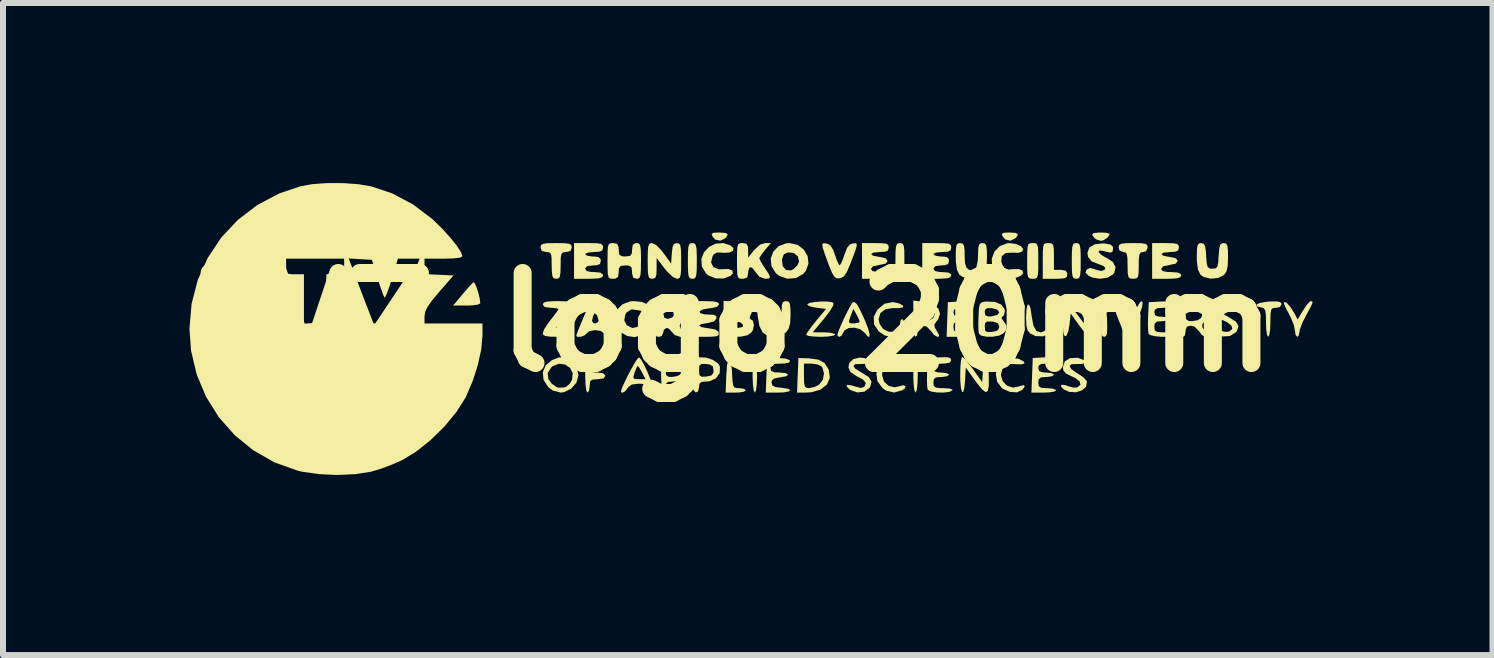
<source format=kicad_pcb>
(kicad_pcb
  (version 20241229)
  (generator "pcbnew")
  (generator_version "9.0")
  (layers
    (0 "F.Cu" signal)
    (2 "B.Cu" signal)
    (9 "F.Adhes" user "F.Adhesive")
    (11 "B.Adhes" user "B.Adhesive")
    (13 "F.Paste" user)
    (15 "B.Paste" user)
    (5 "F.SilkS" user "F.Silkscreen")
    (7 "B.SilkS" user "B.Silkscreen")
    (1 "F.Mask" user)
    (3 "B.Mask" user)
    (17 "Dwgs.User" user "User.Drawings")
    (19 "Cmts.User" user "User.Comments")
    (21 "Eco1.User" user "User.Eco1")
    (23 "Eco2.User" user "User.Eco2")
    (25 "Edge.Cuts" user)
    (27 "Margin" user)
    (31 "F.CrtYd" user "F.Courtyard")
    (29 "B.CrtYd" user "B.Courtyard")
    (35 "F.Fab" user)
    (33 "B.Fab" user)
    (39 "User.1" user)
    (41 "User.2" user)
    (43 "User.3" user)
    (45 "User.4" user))
  (footprint "TVZ logo 20mm"
    (layer "F.Cu")
    (at 9.229 2.32)
    (property "Reference" "TVZ logo 20mm" (at 0 0 0) (layer "F.SilkS") (effects (font (size 1.5 1.5) (thickness 0.3))))
    (attr board_only exclude_from_pos_files exclude_from_bom)
    (fp_poly (pts (xy -0.191 -1.489) (xy -0.153 -1.466) (xy -0.176 -1.42) (xy -0.193 -1.402) (xy -0.277 -1.36) (xy -0.362 -1.379) (xy -0.406 -1.427) (xy -0.422 -1.471) (xy -0.395 -1.491) (xy -0.312 -1.496) (xy -0.296 -1.496)) (stroke (width 0) (type solid)) (fill yes) (layer "F.SilkS"))
    (fp_poly (pts (xy 4.644 -1.489) (xy 4.682 -1.466) (xy 4.658 -1.42) (xy 4.641 -1.402) (xy 4.557 -1.36) (xy 4.473 -1.379) (xy 4.428 -1.427) (xy 4.412 -1.471) (xy 4.439 -1.491) (xy 4.523 -1.496) (xy 4.538 -1.496)) (stroke (width 0) (type solid)) (fill yes) (layer "F.SilkS"))
    (fp_poly (pts (xy 6.155 -1.491) (xy 6.207 -1.477) (xy 6.211 -1.471) (xy 6.18 -1.416) (xy 6.113 -1.37) (xy 6.062 -1.357) (xy 5.984 -1.382) (xy 5.958 -1.402) (xy 5.918 -1.455) (xy 5.937 -1.485) (xy 6.022 -1.495) (xy 6.062 -1.496)) (stroke (width 0) (type solid)) (fill yes) (layer "F.SilkS"))
    (fp_poly (pts (xy -4.367 -0.647) (xy -4.336 -0.575) (xy -4.306 -0.48) (xy -4.284 -0.383) (xy -4.277 -0.318) (xy -4.311 -0.296) (xy -4.405 -0.282) (xy -4.503 -0.279) (xy -4.73 -0.279) (xy -4.574 -0.465) (xy -4.49 -0.563) (xy -4.423 -0.637) (xy -4.389 -0.669)) (stroke (width 0) (type solid)) (fill yes) (layer "F.SilkS"))
    (fp_poly (pts (xy 0.298 0.595) (xy 0.315 0.641) (xy 0.329 0.741) (xy 0.335 0.874) (xy 0.335 0.895) (xy 0.33 1.034) (xy 0.317 1.132) (xy 0.299 1.171) (xy 0.298 1.171) (xy 0.279 1.137) (xy 0.266 1.041) (xy 0.26 0.9) (xy 0.26 0.872) (xy 0.265 0.715) (xy 0.277 0.62) (xy 0.296 0.594)) (stroke (width 0) (type solid)) (fill yes) (layer "F.SilkS"))
    (fp_poly (pts (xy 2.994 0.611) (xy 3.006 0.706) (xy 3.012 0.847) (xy 3.012 0.874) (xy 3.008 1.021) (xy 2.996 1.125) (xy 2.978 1.17) (xy 2.975 1.171) (xy 2.957 1.137) (xy 2.944 1.042) (xy 2.938 0.901) (xy 2.938 0.874) (xy 2.942 0.727) (xy 2.954 0.623) (xy 2.972 0.577) (xy 2.975 0.576)) (stroke (width 0) (type solid)) (fill yes) (layer "F.SilkS"))
    (fp_poly (pts (xy 6.137 -0.3) (xy 6.153 -0.209) (xy 6.164 -0.078) (xy 6.166 -0.046) (xy 6.169 0.101) (xy 6.164 0.189) (xy 6.147 0.231) (xy 6.118 0.242) (xy 6.088 0.231) (xy 6.071 0.189) (xy 6.066 0.101) (xy 6.07 -0.046) (xy 6.079 -0.184) (xy 6.095 -0.285) (xy 6.113 -0.333) (xy 6.118 -0.335)) (stroke (width 0) (type solid)) (fill yes) (layer "F.SilkS"))
    (fp_poly (pts (xy 8.535 -0.319) (xy 8.548 -0.224) (xy 8.553 -0.082) (xy 8.553 -0.056) (xy 8.549 0.092) (xy 8.537 0.195) (xy 8.52 0.241) (xy 8.516 0.242) (xy 8.498 0.207) (xy 8.485 0.112) (xy 8.479 -0.029) (xy 8.479 -0.056) (xy 8.483 -0.203) (xy 8.495 -0.307) (xy 8.513 -0.352) (xy 8.516 -0.353)) (stroke (width 0) (type solid)) (fill yes) (layer "F.SilkS"))
    (fp_poly (pts (xy -0.104 0.647) (xy -0.087 0.762) (xy -0.082 0.846) (xy -0.075 0.979) (xy -0.063 1.054) (xy -0.039 1.088) (xy 0.006 1.097) (xy 0.039 1.097) (xy 0.116 1.108) (xy 0.149 1.134) (xy 0.115 1.156) (xy 0.031 1.17) (xy -0.02 1.171) (xy -0.189 1.171) (xy -0.178 0.883) (xy -0.166 0.722) (xy -0.147 0.628) (xy -0.125 0.603)) (stroke (width 0) (type solid)) (fill yes) (layer "F.SilkS"))
    (fp_poly (pts (xy 2.757 -1.312) (xy 2.779 -1.276) (xy 2.788 -1.195) (xy 2.789 -1.099) (xy 2.789 -0.879) (xy 2.91 -0.867) (xy 3.009 -0.838) (xy 3.043 -0.79) (xy 3.039 -0.753) (xy 3.001 -0.733) (xy 2.912 -0.726) (xy 2.848 -0.725) (xy 2.64 -0.725) (xy 2.64 -1.023) (xy 2.642 -1.171) (xy 2.649 -1.26) (xy 2.666 -1.304) (xy 2.695 -1.319) (xy 2.715 -1.32)) (stroke (width 0) (type solid)) (fill yes) (layer "F.SilkS"))
    (fp_poly (pts (xy -0.707 -1.314) (xy -0.685 -1.285) (xy -0.673 -1.219) (xy -0.67 -1.101) (xy -0.669 -1.023) (xy -0.671 -0.874) (xy -0.678 -0.786) (xy -0.695 -0.741) (xy -0.724 -0.726) (xy -0.744 -0.725) (xy -0.781 -0.731) (xy -0.803 -0.76) (xy -0.814 -0.826) (xy -0.818 -0.944) (xy -0.818 -1.023) (xy -0.817 -1.171) (xy -0.809 -1.26) (xy -0.793 -1.304) (xy -0.763 -1.319) (xy -0.744 -1.32)) (stroke (width 0) (type solid)) (fill yes) (layer "F.SilkS"))
    (fp_poly (pts (xy 4.974 -1.317) (xy 5.001 -1.297) (xy 5.015 -1.246) (xy 5.02 -1.148) (xy 5.02 -1.023) (xy 5.02 -0.875) (xy 5.013 -0.787) (xy 4.997 -0.742) (xy 4.967 -0.727) (xy 4.928 -0.725) (xy 4.881 -0.728) (xy 4.854 -0.748) (xy 4.84 -0.799) (xy 4.835 -0.897) (xy 4.835 -1.023) (xy 4.836 -1.17) (xy 4.842 -1.259) (xy 4.858 -1.303) (xy 4.888 -1.318) (xy 4.928 -1.32)) (stroke (width 0) (type solid)) (fill yes) (layer "F.SilkS"))
    (fp_poly (pts (xy 5.69 -1.314) (xy 5.712 -1.285) (xy 5.723 -1.219) (xy 5.727 -1.101) (xy 5.727 -1.023) (xy 5.726 -0.874) (xy 5.718 -0.786) (xy 5.702 -0.741) (xy 5.672 -0.726) (xy 5.653 -0.725) (xy 5.616 -0.731) (xy 5.593 -0.76) (xy 5.582 -0.826) (xy 5.579 -0.944) (xy 5.578 -1.023) (xy 5.58 -1.171) (xy 5.587 -1.26) (xy 5.604 -1.304) (xy 5.633 -1.319) (xy 5.653 -1.32)) (stroke (width 0) (type solid)) (fill yes) (layer "F.SilkS"))
    (fp_poly (pts (xy 5.239 -1.315) (xy 5.267 -1.29) (xy 5.279 -1.225) (xy 5.281 -1.105) (xy 5.281 -1.097) (xy 5.281 -0.874) (xy 5.392 -0.874) (xy 5.474 -0.862) (xy 5.503 -0.819) (xy 5.504 -0.8) (xy 5.495 -0.757) (xy 5.457 -0.734) (xy 5.371 -0.726) (xy 5.299 -0.725) (xy 5.095 -0.725) (xy 5.095 -1.023) (xy 5.096 -1.17) (xy 5.102 -1.259) (xy 5.118 -1.303) (xy 5.149 -1.318) (xy 5.188 -1.32)) (stroke (width 0) (type solid)) (fill yes) (layer "F.SilkS"))
    (fp_poly (pts (xy -0.107 -1.28) (xy -0.057 -1.233) (xy -0.069 -1.19) (xy -0.13 -1.161) (xy -0.227 -1.158) (xy -0.24 -1.16) (xy -0.334 -1.164) (xy -0.388 -1.131) (xy -0.407 -1.101) (xy -0.432 -0.998) (xy -0.394 -0.92) (xy -0.306 -0.883) (xy -0.243 -0.885) (xy -0.139 -0.888) (xy -0.076 -0.861) (xy -0.068 -0.816) (xy -0.104 -0.776) (xy -0.218 -0.73) (xy -0.353 -0.732) (xy -0.475 -0.779) (xy -0.514 -0.811) (xy -0.585 -0.929) (xy -0.594 -1.05) (xy -0.552 -1.163) (xy -0.469 -1.253) (xy -0.358 -1.31) (xy -0.228 -1.32)) (stroke (width 0) (type solid)) (fill yes) (layer "F.SilkS"))
    (fp_poly (pts (xy 2.704 0.604) (xy 2.783 0.644) (xy 2.819 0.685) (xy 2.813 0.715) (xy 2.752 0.706) (xy 2.747 0.704) (xy 2.601 0.68) (xy 2.492 0.713) (xy 2.429 0.797) (xy 2.417 0.878) (xy 2.448 0.986) (xy 2.526 1.059) (xy 2.63 1.083) (xy 2.696 1.067) (xy 2.773 1.048) (xy 2.81 1.066) (xy 2.794 1.106) (xy 2.755 1.132) (xy 2.618 1.17) (xy 2.487 1.14) (xy 2.427 1.098) (xy 2.339 0.98) (xy 2.323 0.855) (xy 2.35 0.773) (xy 2.437 0.663) (xy 2.557 0.602) (xy 2.686 0.599)) (stroke (width 0) (type solid)) (fill yes) (layer "F.SilkS"))
    (fp_poly (pts (xy 4.675 0.604) (xy 4.698 0.611) (xy 4.779 0.653) (xy 4.791 0.685) (xy 4.737 0.701) (xy 4.634 0.698) (xy 4.527 0.691) (xy 4.467 0.709) (xy 4.428 0.758) (xy 4.426 0.761) (xy 4.397 0.878) (xy 4.427 0.982) (xy 4.501 1.057) (xy 4.604 1.088) (xy 4.704 1.067) (xy 4.778 1.046) (xy 4.795 1.069) (xy 4.753 1.127) (xy 4.665 1.167) (xy 4.549 1.16) (xy 4.433 1.11) (xy 4.412 1.094) (xy 4.334 0.99) (xy 4.313 0.857) (xy 4.35 0.728) (xy 4.431 0.646) (xy 4.55 0.601)) (stroke (width 0) (type solid)) (fill yes) (layer "F.SilkS"))
    (fp_poly (pts (xy 9.053 -0.337) (xy 9.074 -0.307) (xy 9.074 -0.299) (xy 9.042 -0.253) (xy 8.981 -0.242) (xy 8.931 -0.237) (xy 8.903 -0.214) (xy 8.891 -0.153) (xy 8.888 -0.039) (xy 8.888 0) (xy 8.883 0.126) (xy 8.869 0.213) (xy 8.851 0.242) (xy 8.831 0.208) (xy 8.818 0.117) (xy 8.814 0.003) (xy 8.812 -0.128) (xy 8.801 -0.201) (xy 8.776 -0.235) (xy 8.731 -0.248) (xy 8.73 -0.248) (xy 8.661 -0.268) (xy 8.656 -0.294) (xy 8.706 -0.32) (xy 8.804 -0.34) (xy 8.869 -0.346) (xy 8.99 -0.348)) (stroke (width 0) (type solid)) (fill yes) (layer "F.SilkS"))
    (fp_poly (pts (xy 4.654 -1.304) (xy 4.734 -1.267) (xy 4.769 -1.219) (xy 4.754 -1.181) (xy 4.692 -1.158) (xy 4.598 -1.159) (xy 4.596 -1.16) (xy 4.479 -1.155) (xy 4.412 -1.103) (xy 4.404 -1.013) (xy 4.421 -0.961) (xy 4.463 -0.896) (xy 4.523 -0.878) (xy 4.59 -0.885) (xy 4.695 -0.887) (xy 4.758 -0.862) (xy 4.767 -0.817) (xy 4.731 -0.776) (xy 4.617 -0.73) (xy 4.481 -0.732) (xy 4.36 -0.779) (xy 4.32 -0.811) (xy 4.252 -0.93) (xy 4.245 -1.059) (xy 4.29 -1.178) (xy 4.379 -1.27) (xy 4.504 -1.317) (xy 4.545 -1.319)) (stroke (width 0) (type solid)) (fill yes) (layer "F.SilkS"))
    (fp_poly (pts (xy 6.76 -0.328) (xy 6.748 -0.25) (xy 6.701 -0.114) (xy 6.64 0.03) (xy 6.573 0.164) (xy 6.52 0.229) (xy 6.477 0.227) (xy 6.438 0.161) (xy 6.437 0.158) (xy 6.405 0.077) (xy 6.358 -0.042) (xy 6.325 -0.126) (xy 6.285 -0.237) (xy 6.265 -0.318) (xy 6.266 -0.346) (xy 6.302 -0.346) (xy 6.348 -0.28) (xy 6.406 -0.145) (xy 6.416 -0.12) (xy 6.459 -0.015) (xy 6.495 0.057) (xy 6.509 0.075) (xy 6.534 0.052) (xy 6.574 -0.025) (xy 6.617 -0.131) (xy 6.664 -0.246) (xy 6.709 -0.326) (xy 6.737 -0.353)) (stroke (width 0) (type solid)) (fill yes) (layer "F.SilkS"))
    (fp_poly (pts (xy 9.586 -0.348) (xy 9.588 -0.322) (xy 9.563 -0.264) (xy 9.506 -0.158) (xy 9.483 -0.117) (xy 9.423 0.002) (xy 9.382 0.107) (xy 9.372 0.161) (xy 9.357 0.225) (xy 9.334 0.242) (xy 9.307 0.21) (xy 9.297 0.139) (xy 9.278 0.046) (xy 9.231 -0.072) (xy 9.204 -0.125) (xy 9.15 -0.226) (xy 9.117 -0.302) (xy 9.111 -0.324) (xy 9.129 -0.341) (xy 9.174 -0.309) (xy 9.23 -0.243) (xy 9.283 -0.158) (xy 9.285 -0.156) (xy 9.341 -0.046) (xy 9.433 -0.2) (xy 9.493 -0.29) (xy 9.543 -0.345) (xy 9.56 -0.353)) (stroke (width 0) (type solid)) (fill yes) (layer "F.SilkS"))
    (fp_poly (pts (xy -2.355 0.584) (xy -2.238 0.602) (xy -2.174 0.63) (xy -2.167 0.66) (xy -2.222 0.682) (xy -2.303 0.688) (xy -2.401 0.694) (xy -2.445 0.718) (xy -2.454 0.762) (xy -2.44 0.814) (xy -2.383 0.834) (xy -2.324 0.837) (xy -2.228 0.849) (xy -2.194 0.887) (xy -2.194 0.893) (xy -2.222 0.934) (xy -2.312 0.948) (xy -2.324 0.948) (xy -2.412 0.955) (xy -2.448 0.986) (xy -2.454 1.06) (xy -2.465 1.138) (xy -2.491 1.171) (xy -2.492 1.171) (xy -2.51 1.137) (xy -2.523 1.042) (xy -2.529 0.9) (xy -2.529 0.872) (xy -2.529 0.572)) (stroke (width 0) (type solid)) (fill yes) (layer "F.SilkS"))
    (fp_poly (pts (xy 5.273 -0.27) (xy 5.281 -0.14) (xy 5.281 -0.125) (xy 5.275 0.023) (xy 5.256 0.116) (xy 5.219 0.174) (xy 5.213 0.18) (xy 5.103 0.234) (xy 4.976 0.23) (xy 4.889 0.189) (xy 4.845 0.14) (xy 4.823 0.06) (xy 4.816 -0.073) (xy 4.816 -0.08) (xy 4.824 -0.219) (xy 4.843 -0.292) (xy 4.867 -0.295) (xy 4.892 -0.228) (xy 4.909 -0.107) (xy 4.938 0.052) (xy 4.989 0.145) (xy 5.062 0.169) (xy 5.123 0.145) (xy 5.168 0.085) (xy 5.194 -0.029) (xy 5.199 -0.097) (xy 5.214 -0.24) (xy 5.235 -0.318) (xy 5.256 -0.329)) (stroke (width 0) (type solid)) (fill yes) (layer "F.SilkS"))
    (fp_poly (pts (xy 1.5 -0.346) (xy 1.581 -0.336) (xy 1.607 -0.323) (xy 1.602 -0.278) (xy 1.55 -0.189) (xy 1.456 -0.066) (xy 1.452 -0.061) (xy 1.262 0.167) (xy 1.449 0.167) (xy 1.556 0.174) (xy 1.623 0.191) (xy 1.636 0.205) (xy 1.602 0.224) (xy 1.512 0.237) (xy 1.395 0.242) (xy 1.271 0.237) (xy 1.184 0.225) (xy 1.153 0.208) (xy 1.175 0.165) (xy 1.234 0.083) (xy 1.316 -0.021) (xy 1.318 -0.024) (xy 1.484 -0.223) (xy 1.328 -0.242) (xy 1.232 -0.261) (xy 1.177 -0.287) (xy 1.171 -0.298) (xy 1.204 -0.321) (xy 1.287 -0.337) (xy 1.393 -0.346)) (stroke (width 0) (type solid)) (fill yes) (layer "F.SilkS"))
    (fp_poly (pts (xy 2.699 -0.315) (xy 2.767 -0.278) (xy 2.767 -0.25) (xy 2.703 -0.235) (xy 2.604 -0.237) (xy 2.475 -0.219) (xy 2.39 -0.154) (xy 2.36 -0.053) (xy 2.377 0.029) (xy 2.436 0.112) (xy 2.52 0.155) (xy 2.609 0.159) (xy 2.681 0.123) (xy 2.714 0.046) (xy 2.715 0.035) (xy 2.728 -0.034) (xy 2.752 -0.056) (xy 2.778 -0.023) (xy 2.789 0.054) (xy 2.789 0.054) (xy 2.759 0.157) (xy 2.682 0.221) (xy 2.576 0.243) (xy 2.46 0.219) (xy 2.36 0.15) (xy 2.283 0.032) (xy 2.28 -0.095) (xy 2.342 -0.214) (xy 2.459 -0.31) (xy 2.599 -0.337)) (stroke (width 0) (type solid)) (fill yes) (layer "F.SilkS"))
    (fp_poly (pts (xy 3.79 0.605) (xy 3.855 0.679) (xy 3.934 0.783) (xy 3.937 0.787) (xy 4.086 0.998) (xy 4.098 0.797) (xy 4.112 0.67) (xy 4.132 0.612) (xy 4.154 0.621) (xy 4.175 0.691) (xy 4.191 0.82) (xy 4.195 0.892) (xy 4.196 1.054) (xy 4.18 1.144) (xy 4.144 1.164) (xy 4.082 1.117) (xy 3.99 1.002) (xy 3.961 0.962) (xy 3.812 0.754) (xy 3.801 0.963) (xy 3.788 1.096) (xy 3.769 1.161) (xy 3.75 1.159) (xy 3.732 1.096) (xy 3.721 0.976) (xy 3.719 0.874) (xy 3.723 0.736) (xy 3.733 0.632) (xy 3.748 0.579) (xy 3.753 0.576)) (stroke (width 0) (type solid)) (fill yes) (layer "F.SilkS"))
    (fp_poly (pts (xy 6.732 -1.318) (xy 6.805 -1.308) (xy 6.836 -1.284) (xy 6.843 -1.246) (xy 6.816 -1.184) (xy 6.768 -1.171) (xy 6.727 -1.163) (xy 6.704 -1.128) (xy 6.695 -1.047) (xy 6.694 -0.948) (xy 6.692 -0.825) (xy 6.681 -0.758) (xy 6.654 -0.731) (xy 6.604 -0.725) (xy 6.601 -0.725) (xy 6.549 -0.73) (xy 6.522 -0.756) (xy 6.51 -0.82) (xy 6.508 -0.94) (xy 6.508 -0.948) (xy 6.505 -1.073) (xy 6.493 -1.14) (xy 6.467 -1.167) (xy 6.434 -1.171) (xy 6.372 -1.198) (xy 6.359 -1.246) (xy 6.367 -1.286) (xy 6.4 -1.309) (xy 6.476 -1.318) (xy 6.601 -1.32)) (stroke (width 0) (type solid)) (fill yes) (layer "F.SilkS"))
    (fp_poly (pts (xy 1.011 -1.29) (xy 1.114 -1.211) (xy 1.177 -1.102) (xy 1.191 -0.978) (xy 1.148 -0.858) (xy 1.104 -0.806) (xy 0.981 -0.737) (xy 0.839 -0.726) (xy 0.704 -0.773) (xy 0.649 -0.816) (xy 0.575 -0.934) (xy 0.564 -1.043) (xy 0.75 -1.043) (xy 0.762 -0.936) (xy 0.816 -0.872) (xy 0.897 -0.865) (xy 0.946 -0.888) (xy 1.011 -0.956) (xy 1.034 -1.012) (xy 1.015 -1.099) (xy 0.944 -1.155) (xy 0.848 -1.165) (xy 0.78 -1.133) (xy 0.751 -1.051) (xy 0.75 -1.043) (xy 0.564 -1.043) (xy 0.562 -1.061) (xy 0.605 -1.178) (xy 0.695 -1.269) (xy 0.824 -1.317) (xy 0.874 -1.32)) (stroke (width 0) (type solid)) (fill yes) (layer "F.SilkS"))
    (fp_poly (pts (xy 1.201 0.601) (xy 1.356 0.622) (xy 1.457 0.677) (xy 1.523 0.778) (xy 1.53 0.796) (xy 1.547 0.926) (xy 1.499 1.037) (xy 1.395 1.119) (xy 1.243 1.165) (xy 1.15 1.171) (xy 1.001 1.171) (xy 1.011 0.893) (xy 1.116 0.893) (xy 1.118 1.01) (xy 1.132 1.071) (xy 1.163 1.094) (xy 1.2 1.097) (xy 1.296 1.076) (xy 1.368 1.039) (xy 1.431 0.958) (xy 1.45 0.851) (xy 1.423 0.754) (xy 1.406 0.733) (xy 1.339 0.701) (xy 1.241 0.688) (xy 1.238 0.688) (xy 1.116 0.688) (xy 1.116 0.893) (xy 1.011 0.893) (xy 1.012 0.883) (xy 1.023 0.595)) (stroke (width 0) (type solid)) (fill yes) (layer "F.SilkS"))
    (fp_poly (pts (xy -2.875 -1.318) (xy -2.797 -1.309) (xy -2.761 -1.289) (xy -2.752 -1.252) (xy -2.752 -1.246) (xy -2.774 -1.188) (xy -2.845 -1.171) (xy -2.896 -1.167) (xy -2.924 -1.141) (xy -2.936 -1.077) (xy -2.938 -0.956) (xy -2.938 -0.948) (xy -2.941 -0.824) (xy -2.953 -0.756) (xy -2.979 -0.729) (xy -3.012 -0.725) (xy -3.054 -0.733) (xy -3.076 -0.769) (xy -3.085 -0.849) (xy -3.087 -0.948) (xy -3.089 -1.072) (xy -3.099 -1.139) (xy -3.126 -1.166) (xy -3.176 -1.171) (xy -3.18 -1.171) (xy -3.253 -1.189) (xy -3.273 -1.246) (xy -3.266 -1.285) (xy -3.234 -1.307) (xy -3.162 -1.318) (xy -3.033 -1.32) (xy -3.012 -1.32)) (stroke (width 0) (type solid)) (fill yes) (layer "F.SilkS"))
    (fp_poly (pts (xy -1.585 -0.34) (xy -1.511 -0.306) (xy -1.504 -0.254) (xy -1.521 -0.228) (xy -1.59 -0.19) (xy -1.648 -0.201) (xy -1.757 -0.217) (xy -1.836 -0.167) (xy -1.861 -0.127) (xy -1.878 -0.031) (xy -1.835 0.05) (xy -1.749 0.092) (xy -1.728 0.093) (xy -1.656 0.075) (xy -1.636 0.019) (xy -1.61 -0.044) (xy -1.562 -0.056) (xy -1.507 -0.038) (xy -1.488 0.028) (xy -1.488 0.054) (xy -1.518 0.154) (xy -1.597 0.219) (xy -1.706 0.246) (xy -1.826 0.229) (xy -1.938 0.166) (xy -1.954 0.15) (xy -2.03 0.032) (xy -2.042 -0.094) (xy -1.999 -0.21) (xy -1.908 -0.3) (xy -1.778 -0.349) (xy -1.722 -0.353)) (stroke (width 0) (type solid)) (fill yes) (layer "F.SilkS"))
    (fp_poly (pts (xy 5.882 -0.341) (xy 5.9 -0.279) (xy 5.911 -0.158) (xy 5.913 -0.056) (xy 5.909 0.092) (xy 5.897 0.195) (xy 5.879 0.241) (xy 5.876 0.242) (xy 5.836 0.214) (xy 5.77 0.14) (xy 5.699 0.047) (xy 5.56 -0.147) (xy 5.541 0.035) (xy 5.522 0.144) (xy 5.493 0.217) (xy 5.476 0.233) (xy 5.451 0.22) (xy 5.436 0.155) (xy 5.43 0.029) (xy 5.43 -0.032) (xy 5.434 -0.169) (xy 5.446 -0.275) (xy 5.462 -0.331) (xy 5.465 -0.333) (xy 5.503 -0.317) (xy 5.569 -0.253) (xy 5.651 -0.154) (xy 5.66 -0.143) (xy 5.82 0.069) (xy 5.831 -0.142) (xy 5.844 -0.277) (xy 5.862 -0.342)) (stroke (width 0) (type solid)) (fill yes) (layer "F.SilkS"))
    (fp_poly (pts (xy 8.221 -0.334) (xy 8.308 -0.299) (xy 8.325 -0.259) (xy 8.275 -0.23) (xy 8.209 -0.223) (xy 8.109 -0.211) (xy 8.079 -0.177) (xy 8.119 -0.128) (xy 8.197 -0.083) (xy 8.313 -0.01) (xy 8.356 0.064) (xy 8.33 0.144) (xy 8.31 0.169) (xy 8.211 0.229) (xy 8.088 0.236) (xy 7.975 0.189) (xy 7.925 0.137) (xy 7.937 0.11) (xy 8 0.117) (xy 8.044 0.134) (xy 8.135 0.159) (xy 8.198 0.155) (xy 8.252 0.112) (xy 8.239 0.056) (xy 8.165 -0.002) (xy 8.107 -0.029) (xy 8.009 -0.077) (xy 7.966 -0.13) (xy 7.958 -0.182) (xy 7.99 -0.276) (xy 8.074 -0.332) (xy 8.195 -0.339)) (stroke (width 0) (type solid)) (fill yes) (layer "F.SilkS"))
    (fp_poly (pts (xy -2.881 0.59) (xy -2.784 0.649) (xy -2.755 0.673) (xy -2.666 0.776) (xy -2.64 0.879) (xy -2.674 1.003) (xy -2.761 1.105) (xy -2.88 1.164) (xy -2.938 1.171) (xy -3.068 1.137) (xy -3.144 1.08) (xy -3.223 0.959) (xy -3.234 0.844) (xy -3.154 0.844) (xy -3.142 0.946) (xy -3.087 1.023) (xy -2.992 1.088) (xy -2.888 1.087) (xy -2.845 1.073) (xy -2.786 1.023) (xy -2.748 0.957) (xy -2.737 0.847) (xy -2.782 0.759) (xy -2.865 0.703) (xy -2.967 0.691) (xy -3.072 0.732) (xy -3.093 0.75) (xy -3.154 0.844) (xy -3.234 0.844) (xy -3.235 0.831) (xy -3.185 0.714) (xy -3.084 0.631) (xy -2.971 0.585)) (stroke (width 0) (type solid)) (fill yes) (layer "F.SilkS"))
    (fp_poly (pts (xy -1.09 0.586) (xy -0.951 0.625) (xy -0.86 0.695) (xy -0.818 0.78) (xy -0.826 0.867) (xy -0.884 0.938) (xy -0.994 0.98) (xy -1.063 0.986) (xy -1.149 0.993) (xy -1.184 1.025) (xy -1.19 1.078) (xy -1.203 1.148) (xy -1.227 1.171) (xy -1.246 1.137) (xy -1.258 1.041) (xy -1.264 0.899) (xy -1.264 0.869) (xy -1.264 0.8) (xy -1.19 0.8) (xy -1.181 0.879) (xy -1.138 0.908) (xy -1.083 0.911) (xy -0.99 0.894) (xy -0.934 0.86) (xy -0.904 0.784) (xy -0.938 0.723) (xy -1.026 0.69) (xy -1.064 0.688) (xy -1.15 0.695) (xy -1.184 0.728) (xy -1.19 0.8) (xy -1.264 0.8) (xy -1.264 0.567)) (stroke (width 0) (type solid)) (fill yes) (layer "F.SilkS"))
    (fp_poly (pts (xy 0.808 0.604) (xy 0.876 0.63) (xy 0.883 0.642) (xy 0.867 0.672) (xy 0.788 0.687) (xy 0.728 0.688) (xy 0.623 0.693) (xy 0.572 0.712) (xy 0.558 0.755) (xy 0.558 0.762) (xy 0.57 0.811) (xy 0.621 0.833) (xy 0.707 0.837) (xy 0.813 0.847) (xy 0.852 0.871) (xy 0.821 0.899) (xy 0.719 0.918) (xy 0.716 0.918) (xy 0.621 0.935) (xy 0.581 0.97) (xy 0.576 1.004) (xy 0.59 1.053) (xy 0.643 1.079) (xy 0.734 1.09) (xy 0.846 1.106) (xy 0.888 1.129) (xy 0.865 1.151) (xy 0.78 1.168) (xy 0.686 1.171) (xy 0.48 1.171) (xy 0.491 0.883) (xy 0.502 0.595) (xy 0.685 0.595)) (stroke (width 0) (type solid)) (fill yes) (layer "F.SilkS"))
    (fp_poly (pts (xy 1.994 -1.309) (xy 1.995 -1.273) (xy 1.974 -1.2) (xy 1.928 -1.077) (xy 1.885 -0.966) (xy 1.831 -0.839) (xy 1.783 -0.767) (xy 1.73 -0.737) (xy 1.708 -0.733) (xy 1.66 -0.734) (xy 1.621 -0.761) (xy 1.583 -0.826) (xy 1.535 -0.944) (xy 1.515 -0.996) (xy 1.459 -1.15) (xy 1.428 -1.246) (xy 1.421 -1.298) (xy 1.438 -1.317) (xy 1.478 -1.316) (xy 1.495 -1.313) (xy 1.555 -1.284) (xy 1.603 -1.206) (xy 1.632 -1.125) (xy 1.668 -1.024) (xy 1.699 -0.96) (xy 1.711 -0.948) (xy 1.735 -0.981) (xy 1.769 -1.063) (xy 1.79 -1.125) (xy 1.834 -1.24) (xy 1.883 -1.298) (xy 1.93 -1.314) (xy 1.972 -1.318)) (stroke (width 0) (type solid)) (fill yes) (layer "F.SilkS"))
    (fp_poly (pts (xy -0.402 -0.349) (xy -0.326 -0.335) (xy -0.298 -0.308) (xy -0.298 -0.3) (xy -0.331 -0.258) (xy -0.433 -0.236) (xy -0.453 -0.235) (xy -0.566 -0.215) (xy -0.621 -0.184) (xy -0.614 -0.154) (xy -0.543 -0.133) (xy -0.484 -0.13) (xy -0.385 -0.125) (xy -0.344 -0.103) (xy -0.342 -0.065) (xy -0.381 -0.014) (xy -0.482 0.011) (xy -0.493 0.012) (xy -0.596 0.03) (xy -0.628 0.055) (xy -0.59 0.081) (xy -0.485 0.099) (xy -0.474 0.1) (xy -0.364 0.118) (xy -0.312 0.156) (xy -0.304 0.177) (xy -0.307 0.212) (xy -0.341 0.232) (xy -0.422 0.24) (xy -0.537 0.242) (xy -0.781 0.242) (xy -0.781 -0.056) (xy -0.781 -0.353) (xy -0.539 -0.353)) (stroke (width 0) (type solid)) (fill yes) (layer "F.SilkS"))
    (fp_poly (pts (xy 2.124 0.596) (xy 2.205 0.627) (xy 2.22 0.662) (xy 2.176 0.688) (xy 2.08 0.695) (xy 2.066 0.694) (xy 1.97 0.698) (xy 1.94 0.728) (xy 1.975 0.776) (xy 2.075 0.837) (xy 2.08 0.84) (xy 2.197 0.913) (xy 2.242 0.989) (xy 2.22 1.074) (xy 2.209 1.091) (xy 2.123 1.155) (xy 2.008 1.169) (xy 1.893 1.13) (xy 1.876 1.119) (xy 1.825 1.068) (xy 1.837 1.043) (xy 1.903 1.049) (xy 1.964 1.068) (xy 2.06 1.094) (xy 2.118 1.077) (xy 2.123 1.071) (xy 2.147 1.012) (xy 2.099 0.953) (xy 1.987 0.894) (xy 1.891 0.828) (xy 1.856 0.748) (xy 1.875 0.671) (xy 1.94 0.613) (xy 2.044 0.588)) (stroke (width 0) (type solid)) (fill yes) (layer "F.SilkS"))
    (fp_poly (pts (xy 4.131 -1.312) (xy 4.154 -1.278) (xy 4.163 -1.201) (xy 4.165 -1.084) (xy 4.159 -0.938) (xy 4.139 -0.846) (xy 4.099 -0.788) (xy 4.097 -0.787) (xy 3.998 -0.738) (xy 3.875 -0.727) (xy 3.76 -0.755) (xy 3.706 -0.793) (xy 3.665 -0.874) (xy 3.647 -1.007) (xy 3.645 -1.091) (xy 3.647 -1.217) (xy 3.658 -1.287) (xy 3.684 -1.315) (xy 3.719 -1.32) (xy 3.762 -1.311) (xy 3.784 -1.273) (xy 3.793 -1.187) (xy 3.793 -1.117) (xy 3.799 -0.989) (xy 3.821 -0.915) (xy 3.862 -0.877) (xy 3.938 -0.862) (xy 3.988 -0.914) (xy 4.013 -1.034) (xy 4.016 -1.123) (xy 4.02 -1.239) (xy 4.035 -1.298) (xy 4.068 -1.319) (xy 4.091 -1.32)) (stroke (width 0) (type solid)) (fill yes) (layer "F.SilkS"))
    (fp_poly (pts (xy 5.692 0.596) (xy 5.781 0.63) (xy 5.801 0.668) (xy 5.757 0.694) (xy 5.671 0.695) (xy 5.574 0.697) (xy 5.542 0.729) (xy 5.572 0.781) (xy 5.666 0.848) (xy 5.68 0.855) (xy 5.77 0.915) (xy 5.825 0.975) (xy 5.831 0.99) (xy 5.816 1.074) (xy 5.748 1.134) (xy 5.649 1.166) (xy 5.539 1.16) (xy 5.446 1.119) (xy 5.396 1.067) (xy 5.408 1.04) (xy 5.471 1.046) (xy 5.515 1.063) (xy 5.606 1.088) (xy 5.669 1.085) (xy 5.723 1.041) (xy 5.71 0.986) (xy 5.636 0.928) (xy 5.578 0.901) (xy 5.48 0.853) (xy 5.437 0.8) (xy 5.43 0.748) (xy 5.461 0.653) (xy 5.545 0.598) (xy 5.666 0.591)) (stroke (width 0) (type solid)) (fill yes) (layer "F.SilkS"))
    (fp_poly (pts (xy 0.86 -0.345) (xy 0.882 -0.309) (xy 0.891 -0.229) (xy 0.893 -0.13) (xy 0.886 0.013) (xy 0.862 0.105) (xy 0.818 0.167) (xy 0.712 0.228) (xy 0.585 0.239) (xy 0.469 0.201) (xy 0.426 0.166) (xy 0.373 0.061) (xy 0.344 -0.11) (xy 0.342 -0.132) (xy 0.334 -0.254) (xy 0.339 -0.321) (xy 0.363 -0.348) (xy 0.411 -0.353) (xy 0.421 -0.353) (xy 0.476 -0.348) (xy 0.506 -0.32) (xy 0.52 -0.252) (xy 0.528 -0.14) (xy 0.539 -0.014) (xy 0.56 0.054) (xy 0.596 0.084) (xy 0.609 0.087) (xy 0.68 0.078) (xy 0.723 0.013) (xy 0.742 -0.115) (xy 0.743 -0.177) (xy 0.748 -0.285) (xy 0.766 -0.337) (xy 0.807 -0.353) (xy 0.818 -0.353)) (stroke (width 0) (type solid)) (fill yes) (layer "F.SilkS"))
    (fp_poly (pts (xy 2.43 -1.317) (xy 2.498 -1.306) (xy 2.525 -1.279) (xy 2.529 -1.246) (xy 2.516 -1.197) (xy 2.466 -1.176) (xy 2.38 -1.171) (xy 2.273 -1.161) (xy 2.235 -1.137) (xy 2.266 -1.11) (xy 2.368 -1.09) (xy 2.371 -1.09) (xy 2.475 -1.068) (xy 2.51 -1.024) (xy 2.51 -1.023) (xy 2.477 -0.978) (xy 2.374 -0.956) (xy 2.371 -0.955) (xy 2.267 -0.933) (xy 2.231 -0.891) (xy 2.231 -0.89) (xy 2.256 -0.854) (xy 2.337 -0.838) (xy 2.399 -0.837) (xy 2.509 -0.829) (xy 2.559 -0.805) (xy 2.566 -0.781) (xy 2.55 -0.75) (xy 2.492 -0.732) (xy 2.379 -0.726) (xy 2.324 -0.725) (xy 2.083 -0.725) (xy 2.083 -1.023) (xy 2.083 -1.32) (xy 2.306 -1.32)) (stroke (width 0) (type solid)) (fill yes) (layer "F.SilkS"))
    (fp_poly (pts (xy 7.265 -1.317) (xy 7.332 -1.306) (xy 7.359 -1.279) (xy 7.363 -1.246) (xy 7.351 -1.197) (xy 7.301 -1.176) (xy 7.215 -1.171) (xy 7.108 -1.161) (xy 7.07 -1.137) (xy 7.101 -1.11) (xy 7.202 -1.09) (xy 7.205 -1.09) (xy 7.31 -1.068) (xy 7.345 -1.024) (xy 7.345 -1.023) (xy 7.311 -0.978) (xy 7.208 -0.956) (xy 7.205 -0.955) (xy 7.102 -0.933) (xy 7.066 -0.891) (xy 7.066 -0.89) (xy 7.091 -0.854) (xy 7.172 -0.838) (xy 7.233 -0.837) (xy 7.344 -0.829) (xy 7.394 -0.805) (xy 7.401 -0.781) (xy 7.384 -0.75) (xy 7.327 -0.732) (xy 7.214 -0.726) (xy 7.159 -0.725) (xy 6.917 -0.725) (xy 6.917 -1.023) (xy 6.917 -1.32) (xy 7.14 -1.32)) (stroke (width 0) (type solid)) (fill yes) (layer "F.SilkS"))
    (fp_poly (pts (xy 8.149 -1.312) (xy 8.171 -1.276) (xy 8.18 -1.197) (xy 8.182 -1.084) (xy 8.176 -0.938) (xy 8.155 -0.846) (xy 8.115 -0.788) (xy 8.114 -0.787) (xy 8.015 -0.738) (xy 7.891 -0.727) (xy 7.776 -0.755) (xy 7.722 -0.793) (xy 7.682 -0.874) (xy 7.663 -1.007) (xy 7.661 -1.091) (xy 7.664 -1.218) (xy 7.675 -1.287) (xy 7.701 -1.316) (xy 7.733 -1.32) (xy 7.775 -1.31) (xy 7.8 -1.268) (xy 7.813 -1.177) (xy 7.817 -1.106) (xy 7.826 -0.986) (xy 7.842 -0.922) (xy 7.873 -0.897) (xy 7.921 -0.893) (xy 7.974 -0.898) (xy 8.003 -0.927) (xy 8.018 -0.997) (xy 8.025 -1.106) (xy 8.035 -1.229) (xy 8.053 -1.293) (xy 8.085 -1.318) (xy 8.109 -1.32)) (stroke (width 0) (type solid)) (fill yes) (layer "F.SilkS"))
    (fp_poly (pts (xy -2.824 -0.348) (xy -2.736 -0.331) (xy -2.715 -0.312) (xy -2.737 -0.264) (xy -2.796 -0.179) (xy -2.867 -0.089) (xy -3.019 0.093) (xy -2.867 0.093) (xy -2.768 0.099) (xy -2.724 0.123) (xy -2.715 0.167) (xy -2.722 0.206) (xy -2.753 0.229) (xy -2.826 0.239) (xy -2.954 0.242) (xy -2.975 0.242) (xy -3.114 0.239) (xy -3.194 0.228) (xy -3.229 0.206) (xy -3.235 0.18) (xy -3.213 0.119) (xy -3.155 0.026) (xy -3.105 -0.04) (xy -3.034 -0.131) (xy -2.986 -0.198) (xy -2.975 -0.22) (xy -3.008 -0.234) (xy -3.088 -0.242) (xy -3.105 -0.242) (xy -3.202 -0.254) (xy -3.235 -0.292) (xy -3.235 -0.298) (xy -3.22 -0.328) (xy -3.165 -0.345) (xy -3.057 -0.352) (xy -2.975 -0.353)) (stroke (width 0) (type solid)) (fill yes) (layer "F.SilkS"))
    (fp_poly (pts (xy -2.342 -1.318) (xy -2.269 -1.308) (xy -2.238 -1.284) (xy -2.231 -1.246) (xy -2.244 -1.197) (xy -2.294 -1.176) (xy -2.38 -1.171) (xy -2.473 -1.163) (xy -2.525 -1.143) (xy -2.529 -1.134) (xy -2.496 -1.11) (xy -2.416 -1.097) (xy -2.399 -1.097) (xy -2.309 -1.089) (xy -2.273 -1.056) (xy -2.269 -1.023) (xy -2.283 -0.971) (xy -2.34 -0.951) (xy -2.399 -0.948) (xy -2.495 -0.936) (xy -2.529 -0.898) (xy -2.529 -0.893) (xy -2.504 -0.854) (xy -2.423 -0.838) (xy -2.38 -0.837) (xy -2.277 -0.828) (xy -2.234 -0.797) (xy -2.231 -0.781) (xy -2.247 -0.75) (xy -2.305 -0.732) (xy -2.418 -0.726) (xy -2.473 -0.725) (xy -2.715 -0.725) (xy -2.715 -1.023) (xy -2.715 -1.32) (xy -2.473 -1.32)) (stroke (width 0) (type solid)) (fill yes) (layer "F.SilkS"))
    (fp_poly (pts (xy 3.459 -1.318) (xy 3.532 -1.308) (xy 3.564 -1.284) (xy 3.57 -1.246) (xy 3.558 -1.197) (xy 3.507 -1.176) (xy 3.421 -1.171) (xy 3.328 -1.163) (xy 3.276 -1.143) (xy 3.273 -1.134) (xy 3.305 -1.11) (xy 3.386 -1.097) (xy 3.403 -1.097) (xy 3.492 -1.089) (xy 3.529 -1.056) (xy 3.533 -1.023) (xy 3.518 -0.971) (xy 3.462 -0.951) (xy 3.403 -0.948) (xy 3.307 -0.936) (xy 3.273 -0.898) (xy 3.273 -0.893) (xy 3.297 -0.854) (xy 3.379 -0.838) (xy 3.421 -0.837) (xy 3.525 -0.828) (xy 3.567 -0.797) (xy 3.57 -0.781) (xy 3.554 -0.75) (xy 3.496 -0.732) (xy 3.383 -0.726) (xy 3.328 -0.725) (xy 3.087 -0.725) (xy 3.087 -1.023) (xy 3.087 -1.32) (xy 3.328 -1.32)) (stroke (width 0) (type solid)) (fill yes) (layer "F.SilkS"))
    (fp_poly (pts (xy 3.887 -0.336) (xy 3.905 -0.304) (xy 3.905 -0.299) (xy 3.882 -0.26) (xy 3.806 -0.243) (xy 3.756 -0.242) (xy 3.659 -0.235) (xy 3.616 -0.21) (xy 3.607 -0.167) (xy 3.622 -0.116) (xy 3.679 -0.095) (xy 3.737 -0.093) (xy 3.824 -0.084) (xy 3.867 -0.061) (xy 3.868 -0.056) (xy 3.835 -0.031) (xy 3.755 -0.019) (xy 3.737 -0.019) (xy 3.649 -0.012) (xy 3.613 0.02) (xy 3.607 0.074) (xy 3.615 0.134) (xy 3.654 0.161) (xy 3.743 0.167) (xy 3.756 0.167) (xy 3.849 0.176) (xy 3.901 0.196) (xy 3.905 0.205) (xy 3.871 0.225) (xy 3.784 0.238) (xy 3.699 0.242) (xy 3.493 0.242) (xy 3.503 -0.046) (xy 3.514 -0.335) (xy 3.71 -0.346) (xy 3.827 -0.348)) (stroke (width 0) (type solid)) (fill yes) (layer "F.SilkS"))
    (fp_poly (pts (xy 5.3 0.594) (xy 5.318 0.626) (xy 5.318 0.63) (xy 5.296 0.67) (xy 5.22 0.687) (xy 5.169 0.688) (xy 5.072 0.694) (xy 5.029 0.719) (xy 5.02 0.762) (xy 5.035 0.814) (xy 5.092 0.834) (xy 5.151 0.837) (xy 5.237 0.846) (xy 5.28 0.869) (xy 5.281 0.874) (xy 5.248 0.899) (xy 5.168 0.911) (xy 5.151 0.911) (xy 5.063 0.918) (xy 5.027 0.949) (xy 5.02 1.004) (xy 5.029 1.064) (xy 5.067 1.091) (xy 5.156 1.097) (xy 5.169 1.097) (xy 5.262 1.105) (xy 5.314 1.126) (xy 5.318 1.134) (xy 5.284 1.155) (xy 5.198 1.168) (xy 5.112 1.171) (xy 4.906 1.171) (xy 4.917 0.883) (xy 4.928 0.595) (xy 5.123 0.584) (xy 5.24 0.581)) (stroke (width 0) (type solid)) (fill yes) (layer "F.SilkS"))
    (fp_poly (pts (xy -0.52 0.587) (xy -0.403 0.625) (xy -0.315 0.685) (xy -0.284 0.735) (xy -0.288 0.847) (xy -0.351 0.935) (xy -0.458 0.982) (xy -0.503 0.986) (xy -0.591 0.993) (xy -0.626 1.024) (xy -0.632 1.078) (xy -0.649 1.151) (xy -0.687 1.17) (xy -0.726 1.127) (xy -0.728 1.121) (xy -0.737 1.059) (xy -0.739 0.949) (xy -0.736 0.833) (xy -0.734 0.8) (xy -0.632 0.8) (xy -0.626 0.879) (xy -0.59 0.907) (xy -0.511 0.904) (xy -0.427 0.886) (xy -0.394 0.843) (xy -0.39 0.8) (xy -0.403 0.733) (xy -0.456 0.703) (xy -0.511 0.695) (xy -0.594 0.693) (xy -0.627 0.724) (xy -0.632 0.8) (xy -0.734 0.8) (xy -0.728 0.703) (xy -0.713 0.629) (xy -0.684 0.595) (xy -0.641 0.583)) (stroke (width 0) (type solid)) (fill yes) (layer "F.SilkS"))
    (fp_poly (pts (xy -0.966 -1.313) (xy -0.944 -1.283) (xy -0.934 -1.215) (xy -0.93 -1.094) (xy -0.93 -1.023) (xy -0.931 -0.874) (xy -0.939 -0.785) (xy -0.955 -0.741) (xy -0.985 -0.726) (xy -1.002 -0.725) (xy -1.068 -0.755) (xy -1.154 -0.835) (xy -1.207 -0.898) (xy -1.339 -1.071) (xy -1.339 -0.898) (xy -1.343 -0.791) (xy -1.362 -0.74) (xy -1.404 -0.725) (xy -1.413 -0.725) (xy -1.45 -0.731) (xy -1.472 -0.76) (xy -1.484 -0.826) (xy -1.487 -0.944) (xy -1.488 -1.023) (xy -1.486 -1.171) (xy -1.479 -1.26) (xy -1.462 -1.305) (xy -1.432 -1.319) (xy -1.415 -1.32) (xy -1.349 -1.289) (xy -1.265 -1.206) (xy -1.22 -1.148) (xy -1.097 -0.976) (xy -1.086 -1.148) (xy -1.073 -1.256) (xy -1.048 -1.307) (xy -1.002 -1.32) (xy -1.002 -1.32)) (stroke (width 0) (type solid)) (fill yes) (layer "F.SilkS"))
    (fp_poly (pts (xy 0.468 -1.206) (xy 0.407 -1.128) (xy 0.374 -1.073) (xy 0.372 -1.066) (xy 0.391 -1.022) (xy 0.439 -0.941) (xy 0.465 -0.903) (xy 0.53 -0.804) (xy 0.551 -0.751) (xy 0.53 -0.729) (xy 0.467 -0.725) (xy 0.372 -0.76) (xy 0.311 -0.835) (xy 0.252 -0.911) (xy 0.209 -0.916) (xy 0.187 -0.852) (xy 0.186 -0.816) (xy 0.17 -0.747) (xy 0.108 -0.725) (xy 0.093 -0.725) (xy 0.047 -0.728) (xy 0.019 -0.748) (xy 0.005 -0.799) (xy 0.001 -0.897) (xy -0.000001 -1.023) (xy 0.001 -1.17) (xy 0.007 -1.259) (xy 0.023 -1.303) (xy 0.054 -1.318) (xy 0.093 -1.32) (xy 0.158 -1.309) (xy 0.183 -1.262) (xy 0.186 -1.199) (xy 0.187 -1.078) (xy 0.282 -1.199) (xy 0.385 -1.295) (xy 0.471 -1.32) (xy 0.564 -1.32)) (stroke (width 0) (type solid)) (fill yes) (layer "F.SilkS"))
    (fp_poly (pts (xy 6.128 -1.313) (xy 6.223 -1.296) (xy 6.262 -1.26) (xy 6.266 -1.227) (xy 6.258 -1.176) (xy 6.222 -1.161) (xy 6.139 -1.179) (xy 6.108 -1.188) (xy 6.04 -1.197) (xy 6.025 -1.174) (xy 6.058 -1.132) (xy 6.133 -1.085) (xy 6.152 -1.077) (xy 6.262 -1.007) (xy 6.308 -0.919) (xy 6.287 -0.827) (xy 6.264 -0.797) (xy 6.172 -0.743) (xy 6.047 -0.726) (xy 5.922 -0.745) (xy 5.855 -0.778) (xy 5.808 -0.828) (xy 5.823 -0.872) (xy 5.828 -0.878) (xy 5.88 -0.905) (xy 5.957 -0.886) (xy 5.971 -0.88) (xy 6.066 -0.854) (xy 6.125 -0.875) (xy 6.136 -0.909) (xy 6.104 -0.94) (xy 6.034 -0.966) (xy 5.91 -1.015) (xy 5.85 -1.088) (xy 5.839 -1.156) (xy 5.871 -1.246) (xy 5.962 -1.3) (xy 6.104 -1.315)) (stroke (width 0) (type solid)) (fill yes) (layer "F.SilkS"))
    (fp_poly (pts (xy -0.013 -0.346) (xy 0.147 -0.323) (xy 0.238 -0.274) (xy 0.26 -0.2) (xy 0.232 -0.13) (xy 0.209 -0.074) (xy 0.22 -0.056) (xy 0.266 -0.026) (xy 0.282 0.044) (xy 0.267 0.126) (xy 0.239 0.17) (xy 0.172 0.217) (xy 0.068 0.238) (xy -0.024 0.242) (xy -0.223 0.242) (xy -0.223 0.035) (xy -0.074 0.035) (xy -0.042 0.082) (xy 0.022 0.093) (xy 0.092 0.078) (xy 0.102 0.046) (xy 0.061 0.003) (xy -0.003 -0.013) (xy -0.059 0.002) (xy -0.074 0.035) (xy -0.223 0.035) (xy -0.223 -0.058) (xy -0.223 -0.189) (xy -0.074 -0.189) (xy -0.042 -0.141) (xy 0.022 -0.13) (xy 0.092 -0.145) (xy 0.102 -0.177) (xy 0.061 -0.221) (xy -0.003 -0.236) (xy -0.059 -0.221) (xy -0.074 -0.189) (xy -0.223 -0.189) (xy -0.223 -0.357)) (stroke (width 0) (type solid)) (fill yes) (layer "F.SilkS"))
    (fp_poly (pts (xy 1.997 -0.303) (xy 2.044 -0.222) (xy 2.108 -0.085) (xy 2.135 -0.025) (xy 2.185 0.104) (xy 2.209 0.196) (xy 2.206 0.243) (xy 2.177 0.236) (xy 2.13 0.177) (xy 2.057 0.117) (xy 1.959 0.089) (xy 1.862 0.095) (xy 1.791 0.135) (xy 1.774 0.167) (xy 1.743 0.222) (xy 1.701 0.244) (xy 1.675 0.221) (xy 1.673 0.21) (xy 1.689 0.155) (xy 1.728 0.058) (xy 1.768 -0.03) (xy 1.868 -0.03) (xy 1.87 0.009) (xy 1.914 0.018) (xy 1.952 0.019) (xy 2.022 0.009) (xy 2.044 -0.009) (xy 2.027 -0.059) (xy 1.991 -0.13) (xy 1.939 -0.223) (xy 1.899 -0.118) (xy 1.868 -0.03) (xy 1.768 -0.03) (xy 1.781 -0.06) (xy 1.839 -0.178) (xy 1.89 -0.274) (xy 1.924 -0.328) (xy 1.929 -0.332) (xy 1.961 -0.336)) (stroke (width 0) (type solid)) (fill yes) (layer "F.SilkS"))
    (fp_poly (pts (xy -1.046 -0.341) (xy -0.948 -0.3) (xy -0.9 -0.224) (xy -0.893 -0.155) (xy -0.905 -0.057) (xy -0.935 0.009) (xy -0.935 0.009) (xy -0.956 0.059) (xy -0.924 0.134) (xy -0.916 0.147) (xy -0.876 0.213) (xy -0.885 0.238) (xy -0.946 0.242) (xy -1.038 0.212) (xy -1.078 0.167) (xy -1.132 0.108) (xy -1.173 0.093) (xy -1.217 0.124) (xy -1.227 0.167) (xy -1.254 0.23) (xy -1.302 0.242) (xy -1.339 0.236) (xy -1.361 0.207) (xy -1.372 0.141) (xy -1.376 0.023) (xy -1.376 -0.056) (xy -1.376 -0.149) (xy -1.227 -0.149) (xy -1.21 -0.076) (xy -1.152 -0.056) (xy -1.079 -0.082) (xy -1.053 -0.115) (xy -1.061 -0.181) (xy -1.121 -0.229) (xy -1.181 -0.241) (xy -1.216 -0.21) (xy -1.227 -0.149) (xy -1.376 -0.149) (xy -1.376 -0.353) (xy -1.206 -0.353)) (stroke (width 0) (type solid)) (fill yes) (layer "F.SilkS"))
    (fp_poly (pts (xy 3.552 0.594) (xy 3.57 0.626) (xy 3.57 0.63) (xy 3.548 0.67) (xy 3.472 0.687) (xy 3.421 0.688) (xy 3.324 0.694) (xy 3.281 0.719) (xy 3.273 0.762) (xy 3.287 0.814) (xy 3.344 0.834) (xy 3.403 0.837) (xy 3.489 0.846) (xy 3.532 0.869) (xy 3.533 0.874) (xy 3.5 0.899) (xy 3.42 0.911) (xy 3.403 0.911) (xy 3.315 0.918) (xy 3.279 0.949) (xy 3.273 1.004) (xy 3.279 1.061) (xy 3.313 1.088) (xy 3.393 1.097) (xy 3.442 1.097) (xy 3.546 1.104) (xy 3.59 1.124) (xy 3.589 1.134) (xy 3.537 1.16) (xy 3.443 1.171) (xy 3.334 1.169) (xy 3.237 1.154) (xy 3.18 1.127) (xy 3.177 1.121) (xy 3.168 1.059) (xy 3.165 0.949) (xy 3.168 0.833) (xy 3.18 0.595) (xy 3.375 0.584) (xy 3.492 0.581)) (stroke (width 0) (type solid)) (fill yes) (layer "F.SilkS"))
    (fp_poly (pts (xy 7.234 -0.336) (xy 7.252 -0.304) (xy 7.252 -0.299) (xy 7.229 -0.26) (xy 7.153 -0.243) (xy 7.103 -0.242) (xy 7.006 -0.235) (xy 6.963 -0.21) (xy 6.954 -0.167) (xy 6.969 -0.116) (xy 7.026 -0.095) (xy 7.084 -0.093) (xy 7.171 -0.084) (xy 7.214 -0.061) (xy 7.215 -0.056) (xy 7.182 -0.031) (xy 7.102 -0.019) (xy 7.084 -0.019) (xy 6.996 -0.012) (xy 6.96 0.02) (xy 6.954 0.074) (xy 6.961 0.132) (xy 6.995 0.159) (xy 7.077 0.167) (xy 7.122 0.167) (xy 7.221 0.175) (xy 7.281 0.193) (xy 7.289 0.205) (xy 7.256 0.229) (xy 7.175 0.241) (xy 7.07 0.242) (xy 6.966 0.232) (xy 6.887 0.213) (xy 6.858 0.191) (xy 6.85 0.13) (xy 6.847 0.019) (xy 6.85 -0.097) (xy 6.861 -0.335) (xy 7.057 -0.346) (xy 7.174 -0.348)) (stroke (width 0) (type solid)) (fill yes) (layer "F.SilkS"))
    (fp_poly (pts (xy -2.353 -0.346) (xy -2.299 -0.326) (xy -2.25 -0.272) (xy -2.196 -0.17) (xy -2.154 -0.075) (xy -2.102 0.053) (xy -2.063 0.154) (xy -2.046 0.209) (xy -2.045 0.213) (xy -2.073 0.24) (xy -2.134 0.239) (xy -2.194 0.214) (xy -2.218 0.186) (xy -2.271 0.144) (xy -2.361 0.13) (xy -2.46 0.147) (xy -2.505 0.186) (xy -2.544 0.221) (xy -2.608 0.242) (xy -2.662 0.241) (xy -2.678 0.222) (xy -2.664 0.181) (xy -2.628 0.089) (xy -2.582 -0.024) (xy -2.416 -0.024) (xy -2.391 0.014) (xy -2.361 0.019) (xy -2.312 -0.006) (xy -2.306 -0.028) (xy -2.326 -0.1) (xy -2.338 -0.124) (xy -2.369 -0.151) (xy -2.394 -0.112) (xy -2.416 -0.024) (xy -2.582 -0.024) (xy -2.577 -0.036) (xy -2.56 -0.077) (xy -2.499 -0.217) (xy -2.454 -0.299) (xy -2.414 -0.339) (xy -2.37 -0.347)) (stroke (width 0) (type solid)) (fill yes) (layer "F.SilkS"))
    (fp_poly (pts (xy -1.597 0.622) (xy -1.549 0.705) (xy -1.496 0.817) (xy -1.447 0.937) (xy -1.408 1.048) (xy -1.387 1.132) (xy -1.391 1.171) (xy -1.395 1.171) (xy -1.446 1.141) (xy -1.469 1.097) (xy -1.504 1.046) (xy -1.58 1.025) (xy -1.638 1.023) (xy -1.75 1.036) (xy -1.813 1.081) (xy -1.822 1.097) (xy -1.865 1.15) (xy -1.911 1.175) (xy -1.934 1.16) (xy -1.934 1.157) (xy -1.918 1.102) (xy -1.877 1.007) (xy -1.831 0.914) (xy -1.727 0.914) (xy -1.708 0.943) (xy -1.633 0.948) (xy -1.523 0.948) (xy -1.581 0.837) (xy -1.623 0.762) (xy -1.651 0.726) (xy -1.652 0.725) (xy -1.673 0.756) (xy -1.703 0.831) (xy -1.705 0.837) (xy -1.727 0.914) (xy -1.831 0.914) (xy -1.821 0.891) (xy -1.758 0.773) (xy -1.7 0.67) (xy -1.654 0.602) (xy -1.633 0.584)) (stroke (width 0) (type solid)) (fill yes) (layer "F.SilkS"))
    (fp_poly (pts (xy 3.115 -0.34) (xy 3.262 -0.299) (xy 3.354 -0.23) (xy 3.384 -0.142) (xy 3.348 -0.043) (xy 3.325 -0.015) (xy 3.289 0.037) (xy 3.296 0.088) (xy 3.33 0.146) (xy 3.368 0.213) (xy 3.361 0.239) (xy 3.339 0.242) (xy 3.284 0.212) (xy 3.235 0.149) (xy 3.162 0.072) (xy 3.099 0.056) (xy 3.033 0.073) (xy 3.012 0.137) (xy 3.012 0.149) (xy 3 0.219) (xy 2.975 0.242) (xy 2.957 0.207) (xy 2.944 0.112) (xy 2.938 -0.03) (xy 2.938 -0.061) (xy 2.938 -0.13) (xy 3.012 -0.13) (xy 3.022 -0.051) (xy 3.065 -0.022) (xy 3.119 -0.019) (xy 3.212 -0.035) (xy 3.269 -0.07) (xy 3.299 -0.146) (xy 3.264 -0.207) (xy 3.176 -0.239) (xy 3.138 -0.242) (xy 3.053 -0.235) (xy 3.018 -0.201) (xy 3.012 -0.13) (xy 2.938 -0.13) (xy 2.938 -0.363)) (stroke (width 0) (type solid)) (fill yes) (layer "F.SilkS"))
    (fp_poly (pts (xy 7.577 -0.34) (xy 7.725 -0.299) (xy 7.817 -0.23) (xy 7.847 -0.142) (xy 7.81 -0.043) (xy 7.788 -0.015) (xy 7.751 0.037) (xy 7.758 0.088) (xy 7.792 0.146) (xy 7.831 0.213) (xy 7.824 0.239) (xy 7.802 0.242) (xy 7.746 0.212) (xy 7.698 0.149) (xy 7.625 0.072) (xy 7.562 0.056) (xy 7.495 0.073) (xy 7.475 0.137) (xy 7.475 0.149) (xy 7.462 0.219) (xy 7.438 0.242) (xy 7.419 0.207) (xy 7.407 0.112) (xy 7.401 -0.03) (xy 7.401 -0.061) (xy 7.401 -0.13) (xy 7.475 -0.13) (xy 7.484 -0.051) (xy 7.527 -0.022) (xy 7.582 -0.019) (xy 7.675 -0.035) (xy 7.731 -0.07) (xy 7.761 -0.146) (xy 7.727 -0.207) (xy 7.639 -0.239) (xy 7.601 -0.242) (xy 7.515 -0.235) (xy 7.481 -0.201) (xy 7.475 -0.13) (xy 7.401 -0.13) (xy 7.401 -0.363)) (stroke (width 0) (type solid)) (fill yes) (layer "F.SilkS"))
    (fp_poly (pts (xy -1.636 -1.314) (xy -1.614 -1.285) (xy -1.603 -1.219) (xy -1.599 -1.101) (xy -1.599 -1.023) (xy -1.601 -0.874) (xy -1.608 -0.786) (xy -1.624 -0.741) (xy -1.654 -0.726) (xy -1.673 -0.725) (xy -1.728 -0.743) (xy -1.747 -0.808) (xy -1.748 -0.837) (xy -1.757 -0.916) (xy -1.801 -0.945) (xy -1.859 -0.948) (xy -1.938 -0.939) (xy -1.968 -0.896) (xy -1.971 -0.837) (xy -1.981 -0.757) (xy -2.024 -0.728) (xy -2.064 -0.725) (xy -2.11 -0.728) (xy -2.138 -0.748) (xy -2.152 -0.799) (xy -2.156 -0.897) (xy -2.157 -1.023) (xy -2.156 -1.17) (xy -2.15 -1.259) (xy -2.134 -1.303) (xy -2.103 -1.318) (xy -2.064 -1.32) (xy -1.998 -1.308) (xy -1.973 -1.257) (xy -1.971 -1.209) (xy -1.962 -1.13) (xy -1.918 -1.1) (xy -1.859 -1.097) (xy -1.78 -1.106) (xy -1.751 -1.15) (xy -1.748 -1.209) (xy -1.736 -1.29) (xy -1.693 -1.319) (xy -1.673 -1.32)) (stroke (width 0) (type solid)) (fill yes) (layer "F.SilkS"))
    (fp_poly (pts (xy 4.296 -0.34) (xy 4.403 -0.296) (xy 4.458 -0.22) (xy 4.463 -0.187) (xy 4.448 -0.117) (xy 4.42 -0.093) (xy 4.406 -0.071) (xy 4.438 -0.025) (xy 4.493 0.06) (xy 4.481 0.135) (xy 4.441 0.183) (xy 4.37 0.22) (xy 4.266 0.24) (xy 4.157 0.24) (xy 4.069 0.222) (xy 4.032 0.191) (xy 4.023 0.13) (xy 4.022 0.074) (xy 4.128 0.074) (xy 4.136 0.141) (xy 4.177 0.163) (xy 4.249 0.16) (xy 4.336 0.14) (xy 4.368 0.094) (xy 4.37 0.074) (xy 4.35 0.019) (xy 4.28 -0.008) (xy 4.249 -0.012) (xy 4.166 -0.013) (xy 4.133 0.017) (xy 4.128 0.074) (xy 4.022 0.074) (xy 4.021 0.019) (xy 4.024 -0.097) (xy 4.028 -0.167) (xy 4.128 -0.167) (xy 4.14 -0.114) (xy 4.189 -0.097) (xy 4.249 -0.1) (xy 4.341 -0.125) (xy 4.37 -0.167) (xy 4.335 -0.213) (xy 4.249 -0.235) (xy 4.165 -0.235) (xy 4.132 -0.206) (xy 4.128 -0.167) (xy 4.028 -0.167) (xy 4.031 -0.226) (xy 4.045 -0.298) (xy 4.073 -0.331) (xy 4.125 -0.343) (xy 4.149 -0.346)) (stroke (width 0) (type solid)) (fill yes) (layer "F.SilkS"))
    (fp_poly (pts (xy -6.555 -2.319) (xy -6.301 -2.3) (xy -6.099 -2.266) (xy -5.742 -2.147) (xy -5.397 -1.964) (xy -5.084 -1.727) (xy -5.055 -1.701) (xy -4.907 -1.555) (xy -4.775 -1.41) (xy -4.669 -1.277) (xy -4.599 -1.169) (xy -4.574 -1.1) (xy -4.61 -1.079) (xy -4.713 -1.065) (xy -4.877 -1.06) (xy -4.89 -1.06) (xy -5.206 -1.06) (xy -5.206 -0.931) (xy -5.206 -0.803) (xy -4.965 -0.792) (xy -4.723 -0.781) (xy -4.965 -0.502) (xy -5.084 -0.359) (xy -5.158 -0.253) (xy -5.196 -0.171) (xy -5.206 -0.102) (xy -5.206 0.019) (xy -4.723 0.019) (xy -4.24 0.019) (xy -4.24 0.217) (xy -4.26 0.448) (xy -4.318 0.712) (xy -4.405 0.984) (xy -4.514 1.237) (xy -4.524 1.257) (xy -4.674 1.494) (xy -4.874 1.736) (xy -5.105 1.963) (xy -5.348 2.157) (xy -5.578 2.296) (xy -5.749 2.371) (xy -5.932 2.44) (xy -6.092 2.488) (xy -6.099 2.49) (xy -6.36 2.53) (xy -6.659 2.544) (xy -6.963 2.53) (xy -7.241 2.49) (xy -7.319 2.472) (xy -7.706 2.334) (xy -8.057 2.134) (xy -8.368 1.881) (xy -8.633 1.581) (xy -8.846 1.241) (xy -9.002 0.869) (xy -9.096 0.471) (xy -9.123 0.112) (xy -9.087 -0.307) (xy -8.984 -0.705) (xy -8.883 -0.93) (xy -7.512 -0.93) (xy -7.508 -0.846) (xy -7.48 -0.809) (xy -7.407 -0.8) (xy -7.363 -0.8) (xy -7.215 -0.8) (xy -7.215 -0.388) (xy -7.215 0.023) (xy -7.038 0.011) (xy -6.861 0) (xy -6.851 -0.4) (xy -6.84 -0.8) (xy -6.693 -0.8) (xy -6.598 -0.804) (xy -6.556 -0.828) (xy -6.546 -0.893) (xy -6.545 -0.93) (xy -6.545 -1.06) (xy -7.029 -1.06) (xy -7.512 -1.06) (xy -7.512 -0.93) (xy -8.883 -0.93) (xy -8.822 -1.064) (xy -6.469 -1.064) (xy -6.374 -0.811) (xy -6.311 -0.644) (xy -6.237 -0.45) (xy -6.168 -0.27) (xy -6.167 -0.27) (xy -6.056 0.019) (xy -5.873 0.019) (xy -5.768 0.016) (xy -5.702 0.008) (xy -5.69 0.002) (xy -5.677 -0.036) (xy -5.642 -0.132) (xy -5.59 -0.272) (xy -5.525 -0.444) (xy -5.489 -0.537) (xy -5.288 -1.06) (xy -5.468 -1.06) (xy -5.649 -1.06) (xy -5.75 -0.725) (xy -5.795 -0.583) (xy -5.835 -0.475) (xy -5.863 -0.417) (xy -5.872 -0.411) (xy -5.893 -0.454) (xy -5.928 -0.55) (xy -5.972 -0.682) (xy -5.989 -0.737) (xy -6.083 -1.041) (xy -6.276 -1.052) (xy -6.469 -1.064) (xy -8.822 -1.064) (xy -8.817 -1.075) (xy -8.594 -1.41) (xy -8.318 -1.705) (xy -7.994 -1.953) (xy -7.629 -2.146) (xy -7.272 -2.267) (xy -7.068 -2.303) (xy -6.82 -2.32)) (stroke (width 0) (type solid)) (fill yes) (layer "F.SilkS")))
  (gr_rect
    (start -3 -3)
    (end 21.817 7.864)
    (stroke (width 0.1) (type default))
    (fill no)
    (layer "Edge.Cuts")))
</source>
